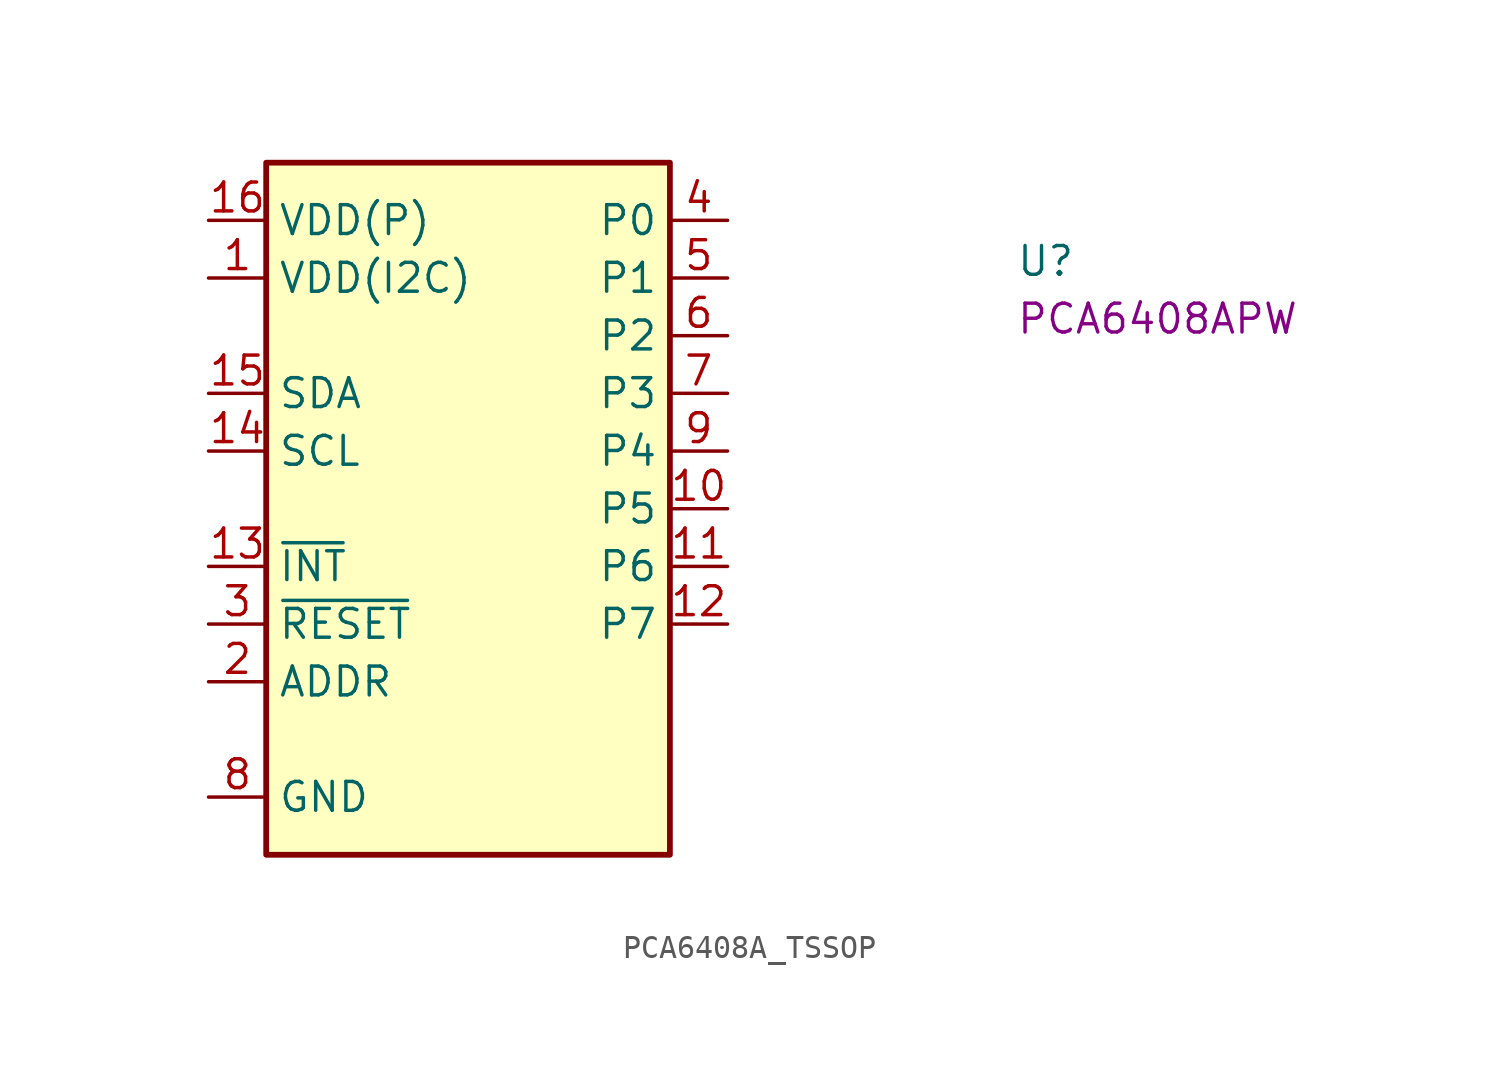
<source format=kicad_sym>
(kicad_symbol_lib
  (version 20220914)
  (generator kicad_symbol_editor)
  (symbol "PCA6408A_TSSOP"
    (property "Reference" "U"
      (at 35.56 -2.54 0)
      (effects (font (size 1.27 1.27) (thickness 0.15)) (justify left bottom)))
    (property "MPN" "PCA6408APW"
      (at 35.56 -5.08 0)
      (effects (font (size 1.27 1.27) (thickness 0.15)) (justify left bottom)))
    (symbol "PCA6408A_TSSOP_1_1"
      (rectangle (start 2.54 2.54) (end 20.32 -27.94) (stroke (width 0.254) (type default)) (fill (type background)))
      (pin power_in line (at 0 -2.54 0) (length 2.54) (name "VDD(I2C)" (effects (font (size 1.27 1.27)))) (number "1" (effects (font (size 1.27 1.27)))))
      (pin bidirectional line (at 22.86 -12.7 180) (length 2.54) (name "P5" (effects (font (size 1.27 1.27)))) (number "10" (effects (font (size 1.27 1.27)))))
      (pin bidirectional line (at 22.86 -15.24 180) (length 2.54) (name "P6" (effects (font (size 1.27 1.27)))) (number "11" (effects (font (size 1.27 1.27)))))
      (pin bidirectional line (at 22.86 -17.78 180) (length 2.54) (name "P7" (effects (font (size 1.27 1.27)))) (number "12" (effects (font (size 1.27 1.27)))))
      (pin output line (at 0 -15.24 0) (length 2.54) (name "~{INT}" (effects (font (size 1.27 1.27)))) (number "13" (effects (font (size 1.27 1.27)))))
      (pin input line (at 0 -10.16 0) (length 2.54) (name "SCL" (effects (font (size 1.27 1.27)))) (number "14" (effects (font (size 1.27 1.27)))))
      (pin bidirectional line (at 0 -7.62 0) (length 2.54) (name "SDA" (effects (font (size 1.27 1.27)))) (number "15" (effects (font (size 1.27 1.27)))))
      (pin power_in line (at 0 0 0) (length 2.54) (name "VDD(P)" (effects (font (size 1.27 1.27)))) (number "16" (effects (font (size 1.27 1.27)))))
      (pin input line (at 0 -20.32 0) (length 2.54) (name "ADDR" (effects (font (size 1.27 1.27)))) (number "2" (effects (font (size 1.27 1.27)))))
      (pin input line (at 0 -17.78 0) (length 2.54) (name "~{RESET}" (effects (font (size 1.27 1.27)))) (number "3" (effects (font (size 1.27 1.27)))))
      (pin bidirectional line (at 22.86 0 180) (length 2.54) (name "P0" (effects (font (size 1.27 1.27)))) (number "4" (effects (font (size 1.27 1.27)))))
      (pin bidirectional line (at 22.86 -2.54 180) (length 2.54) (name "P1" (effects (font (size 1.27 1.27)))) (number "5" (effects (font (size 1.27 1.27)))))
      (pin bidirectional line (at 22.86 -5.08 180) (length 2.54) (name "P2" (effects (font (size 1.27 1.27)))) (number "6" (effects (font (size 1.27 1.27)))))
      (pin bidirectional line (at 22.86 -7.62 180) (length 2.54) (name "P3" (effects (font (size 1.27 1.27)))) (number "7" (effects (font (size 1.27 1.27)))))
      (pin power_in line (at 0 -25.4 0) (length 2.54) (name "GND" (effects (font (size 1.27 1.27)))) (number "8" (effects (font (size 1.27 1.27)))))
      (pin bidirectional line (at 22.86 -10.16 180) (length 2.54) (name "P4" (effects (font (size 1.27 1.27)))) (number "9" (effects (font (size 1.27 1.27))))))))
</source>
